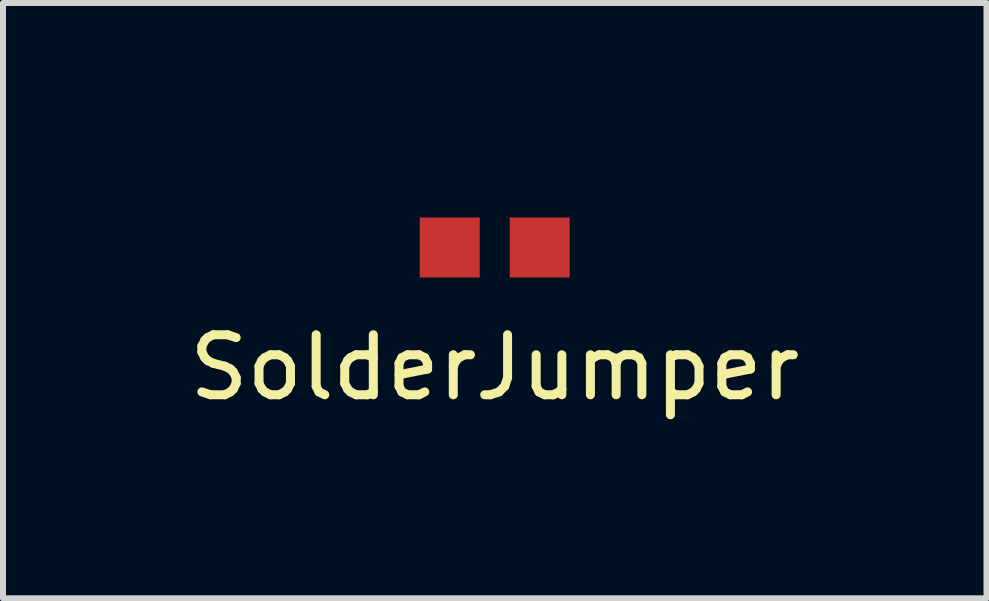
<source format=kicad_pcb>
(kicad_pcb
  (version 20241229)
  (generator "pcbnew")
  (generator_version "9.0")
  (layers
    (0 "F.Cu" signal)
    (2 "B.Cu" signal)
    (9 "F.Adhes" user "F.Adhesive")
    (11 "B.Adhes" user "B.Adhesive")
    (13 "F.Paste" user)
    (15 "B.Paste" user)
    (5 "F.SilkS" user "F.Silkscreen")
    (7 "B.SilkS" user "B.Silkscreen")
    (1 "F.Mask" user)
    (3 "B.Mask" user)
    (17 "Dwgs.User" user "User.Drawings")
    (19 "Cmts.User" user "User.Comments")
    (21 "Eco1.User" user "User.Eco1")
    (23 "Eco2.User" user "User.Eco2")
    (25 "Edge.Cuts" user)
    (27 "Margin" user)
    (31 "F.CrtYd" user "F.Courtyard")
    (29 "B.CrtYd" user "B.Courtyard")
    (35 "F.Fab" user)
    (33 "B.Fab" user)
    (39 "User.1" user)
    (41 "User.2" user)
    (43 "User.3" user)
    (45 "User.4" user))
  (footprint "SolderJumper"
    (layer "F.Cu")
    (at 5.196 1.075)
    (property "Reference" "SolderJumper" (at 0 2 0) (layer "F.SilkS") (effects (font (size 1 1) (thickness 0.15))))
    (attr through_hole)
    (fp_line (start -1.5 -1) (end 1.5 -1) (stroke (width 0.15) (type solid)) (layer "F.Mask"))
    (fp_line (start -1.5 1) (end -1.5 -1) (stroke (width 0.15) (type solid)) (layer "F.Mask"))
    (fp_line (start 1.5 -1) (end 1.5 1) (stroke (width 0.15) (type solid)) (layer "F.Mask"))
    (fp_line (start 1.5 1) (end -1.5 1) (stroke (width 0.15) (type solid)) (layer "F.Mask"))
    (pad "1" smd rect (at 0.75 0) (size 1 1) (layers "F.Cu" "F.Mask" "F.Paste"))
    (pad "2" smd rect (at -0.75 0) (size 1 1) (layers "F.Cu" "F.Mask" "F.Paste")))
  (gr_rect
    (start -3 -3)
    (end 13.393 6.923)
    (stroke (width 0.1) (type default))
    (fill no)
    (layer "Edge.Cuts")))
</source>
